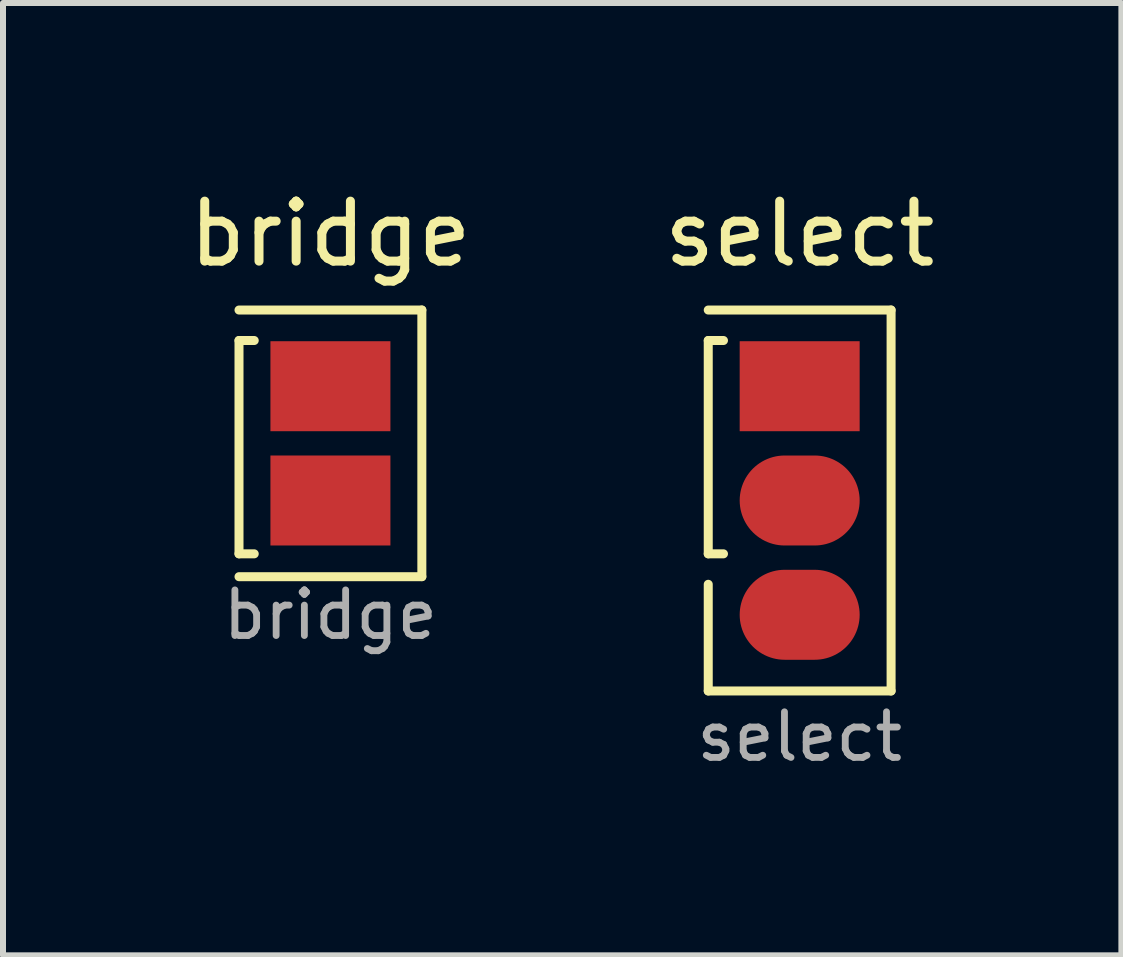
<source format=kicad_pcb>
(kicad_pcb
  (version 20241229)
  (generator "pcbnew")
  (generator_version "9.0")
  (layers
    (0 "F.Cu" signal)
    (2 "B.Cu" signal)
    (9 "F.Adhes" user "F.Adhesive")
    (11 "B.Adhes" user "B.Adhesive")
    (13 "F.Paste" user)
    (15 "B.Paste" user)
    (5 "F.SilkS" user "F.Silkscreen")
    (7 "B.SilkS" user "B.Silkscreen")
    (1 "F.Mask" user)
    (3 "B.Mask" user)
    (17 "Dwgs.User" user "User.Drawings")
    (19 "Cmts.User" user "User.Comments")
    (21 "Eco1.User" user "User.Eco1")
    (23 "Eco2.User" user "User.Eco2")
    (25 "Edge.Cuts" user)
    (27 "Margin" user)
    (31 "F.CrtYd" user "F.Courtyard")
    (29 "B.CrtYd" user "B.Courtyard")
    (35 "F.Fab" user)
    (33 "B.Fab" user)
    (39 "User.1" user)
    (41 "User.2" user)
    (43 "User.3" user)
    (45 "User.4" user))
  (footprint "bridge"
    (layer "F.Cu")
    (at 2.458 3.388)
    (property "Reference" "bridge" (at 0 -2.54 0) (layer "F.SilkS") (effects (font (size 1 1) (thickness 0.15))))
    (attr through_hole)
    (fp_line (start -1.524 -0.762) (end -1.524 2.794) (stroke (width 0.15) (type solid)) (layer "F.SilkS"))
    (fp_line (start -1.524 3.175) (end 1.524 3.175) (stroke (width 0.15) (type solid)) (layer "F.SilkS"))
    (fp_line (start -1.27 -0.762) (end -1.524 -0.762) (stroke (width 0.15) (type solid)) (layer "F.SilkS"))
    (fp_line (start -1.27 2.794) (end -1.524 2.794) (stroke (width 0.15) (type solid)) (layer "F.SilkS"))
    (fp_line (start 1.524 -1.27) (end -1.524 -1.27) (stroke (width 0.15) (type solid)) (layer "F.SilkS"))
    (fp_line (start 1.524 3.175) (end 1.524 -1.27) (stroke (width 0.15) (type solid)) (layer "F.SilkS"))
    (fp_text user "${REFERENCE}" (at 0 3.81 180) (layer "F.Fab") (effects (font (size 0.76 0.76) (thickness 0.114))))
    (pad "1" smd rect (at 0 0) (size 2 1.5) (layers "F.Cu" "F.Mask" "F.Paste"))
    (pad "2" smd rect (at 0 1.905) (size 2 1.5) (layers "F.Cu" "F.Mask" "F.Paste")))
  (footprint "select"
    (layer "F.Cu")
    (at 10.28 3.388)
    (property "Reference" "select" (at 0 -2.54 0) (layer "F.SilkS") (effects (font (size 1 1) (thickness 0.15))))
    (attr through_hole)
    (fp_line (start -1.524 -0.762) (end -1.524 2.794) (stroke (width 0.15) (type solid)) (layer "F.SilkS"))
    (fp_line (start -1.524 3.302) (end -1.524 5.08) (stroke (width 0.15) (type solid)) (layer "F.SilkS"))
    (fp_line (start -1.524 5.08) (end 1.524 5.08) (stroke (width 0.15) (type solid)) (layer "F.SilkS"))
    (fp_line (start -1.27 -0.762) (end -1.524 -0.762) (stroke (width 0.15) (type solid)) (layer "F.SilkS"))
    (fp_line (start -1.27 2.794) (end -1.524 2.794) (stroke (width 0.15) (type solid)) (layer "F.SilkS"))
    (fp_line (start 1.524 -1.27) (end -1.524 -1.27) (stroke (width 0.15) (type solid)) (layer "F.SilkS"))
    (fp_line (start 1.524 5.08) (end 1.524 -1.27) (stroke (width 0.15) (type solid)) (layer "F.SilkS"))
    (fp_text user "${REFERENCE}" (at 0 5.842 180) (layer "F.Fab") (effects (font (size 0.76 0.76) (thickness 0.114))))
    (pad "1" smd rect (at 0 0) (size 2 1.5) (layers "F.Cu" "F.Mask" "F.Paste"))
    (pad "2" smd oval (at 0 1.905) (size 2 1.5) (layers "F.Cu" "F.Mask" "F.Paste"))
    (pad "3" smd oval (at 0 3.81) (size 2 1.5) (layers "F.Cu" "F.Mask" "F.Paste")))
  (gr_rect
    (start -3 -3)
    (end 15.643 12.875)
    (stroke (width 0.1) (type default))
    (fill no)
    (layer "Edge.Cuts")))
</source>
